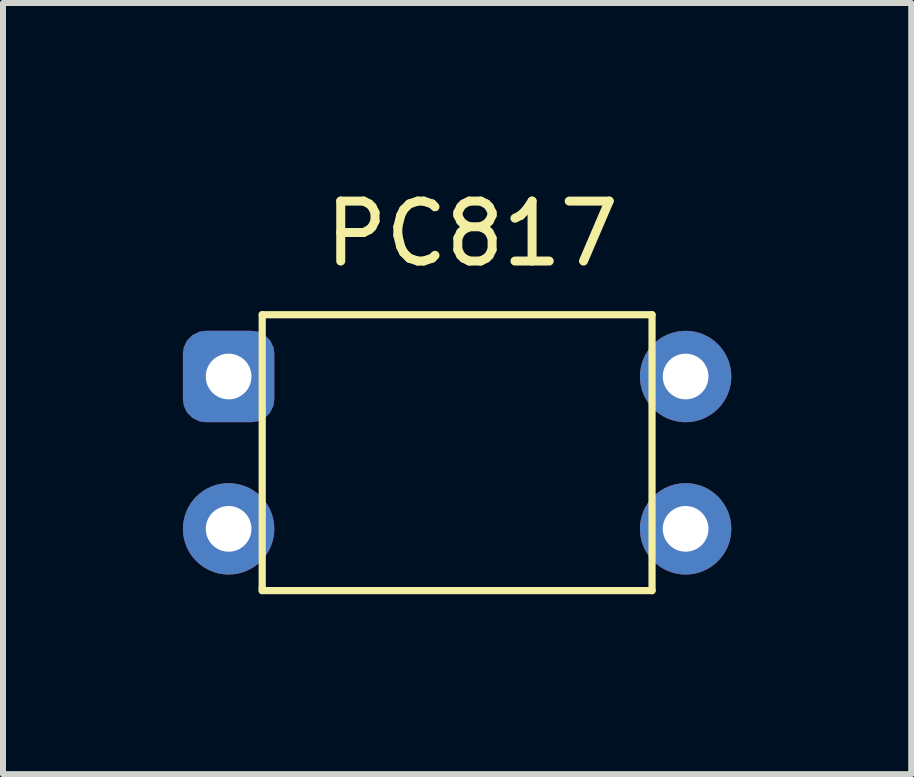
<source format=kicad_pcb>
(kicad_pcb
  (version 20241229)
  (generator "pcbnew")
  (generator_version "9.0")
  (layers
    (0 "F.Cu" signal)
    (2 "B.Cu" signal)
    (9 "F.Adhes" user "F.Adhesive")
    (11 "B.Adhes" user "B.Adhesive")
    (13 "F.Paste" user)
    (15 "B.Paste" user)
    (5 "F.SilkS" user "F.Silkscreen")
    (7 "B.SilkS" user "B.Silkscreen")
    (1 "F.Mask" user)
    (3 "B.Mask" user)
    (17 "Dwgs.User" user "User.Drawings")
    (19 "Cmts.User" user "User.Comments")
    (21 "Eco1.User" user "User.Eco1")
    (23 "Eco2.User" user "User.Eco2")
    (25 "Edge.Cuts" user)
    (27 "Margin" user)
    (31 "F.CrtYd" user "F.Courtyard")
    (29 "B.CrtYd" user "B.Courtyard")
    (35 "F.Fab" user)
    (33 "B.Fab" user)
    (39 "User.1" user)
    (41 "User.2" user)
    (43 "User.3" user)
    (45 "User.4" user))
  (footprint "PC817"
    (layer "F.Cu")
    (at 4.572 4.498)
    (property "Reference" "PC817" (at 0.25 -3.65 0) (layer "F.SilkS") (effects (font (size 1 1) (thickness 0.15))))
    (attr through_hole)
    (fp_line (start -3.25 -2.3) (end -3.25 2.25) (stroke (width 0.12) (type solid)) (layer "F.SilkS"))
    (fp_line (start -3.25 2.25) (end -3.25 2.3) (stroke (width 0.12) (type solid)) (layer "F.SilkS"))
    (fp_line (start -3.25 2.3) (end 3.25 2.3) (stroke (width 0.12) (type solid)) (layer "F.SilkS"))
    (fp_line (start 3.25 -2.3) (end -3.25 -2.3) (stroke (width 0.12) (type solid)) (layer "F.SilkS"))
    (fp_line (start 3.25 2.3) (end 3.25 -2.3) (stroke (width 0.12) (type solid)) (layer "F.SilkS"))
    (pad "1" thru_hole roundrect (at -3.81 -1.27) (size 1.524 1.524) (drill 0.762) (layers "*.Cu" "*.Mask") (roundrect_rratio 0.25))
    (pad "2" thru_hole circle (at -3.81 1.27) (size 1.524 1.524) (drill 0.762) (layers "*.Cu" "*.Mask"))
    (pad "3" thru_hole circle (at 3.81 1.27) (size 1.524 1.524) (drill 0.762) (layers "*.Cu" "*.Mask"))
    (pad "4" thru_hole circle (at 3.81 -1.27) (size 1.524 1.524) (drill 0.762) (layers "*.Cu" "*.Mask")))
  (gr_rect
    (start -3 -3)
    (end 12.144 9.858)
    (stroke (width 0.1) (type default))
    (fill no)
    (layer "Edge.Cuts")))
</source>
